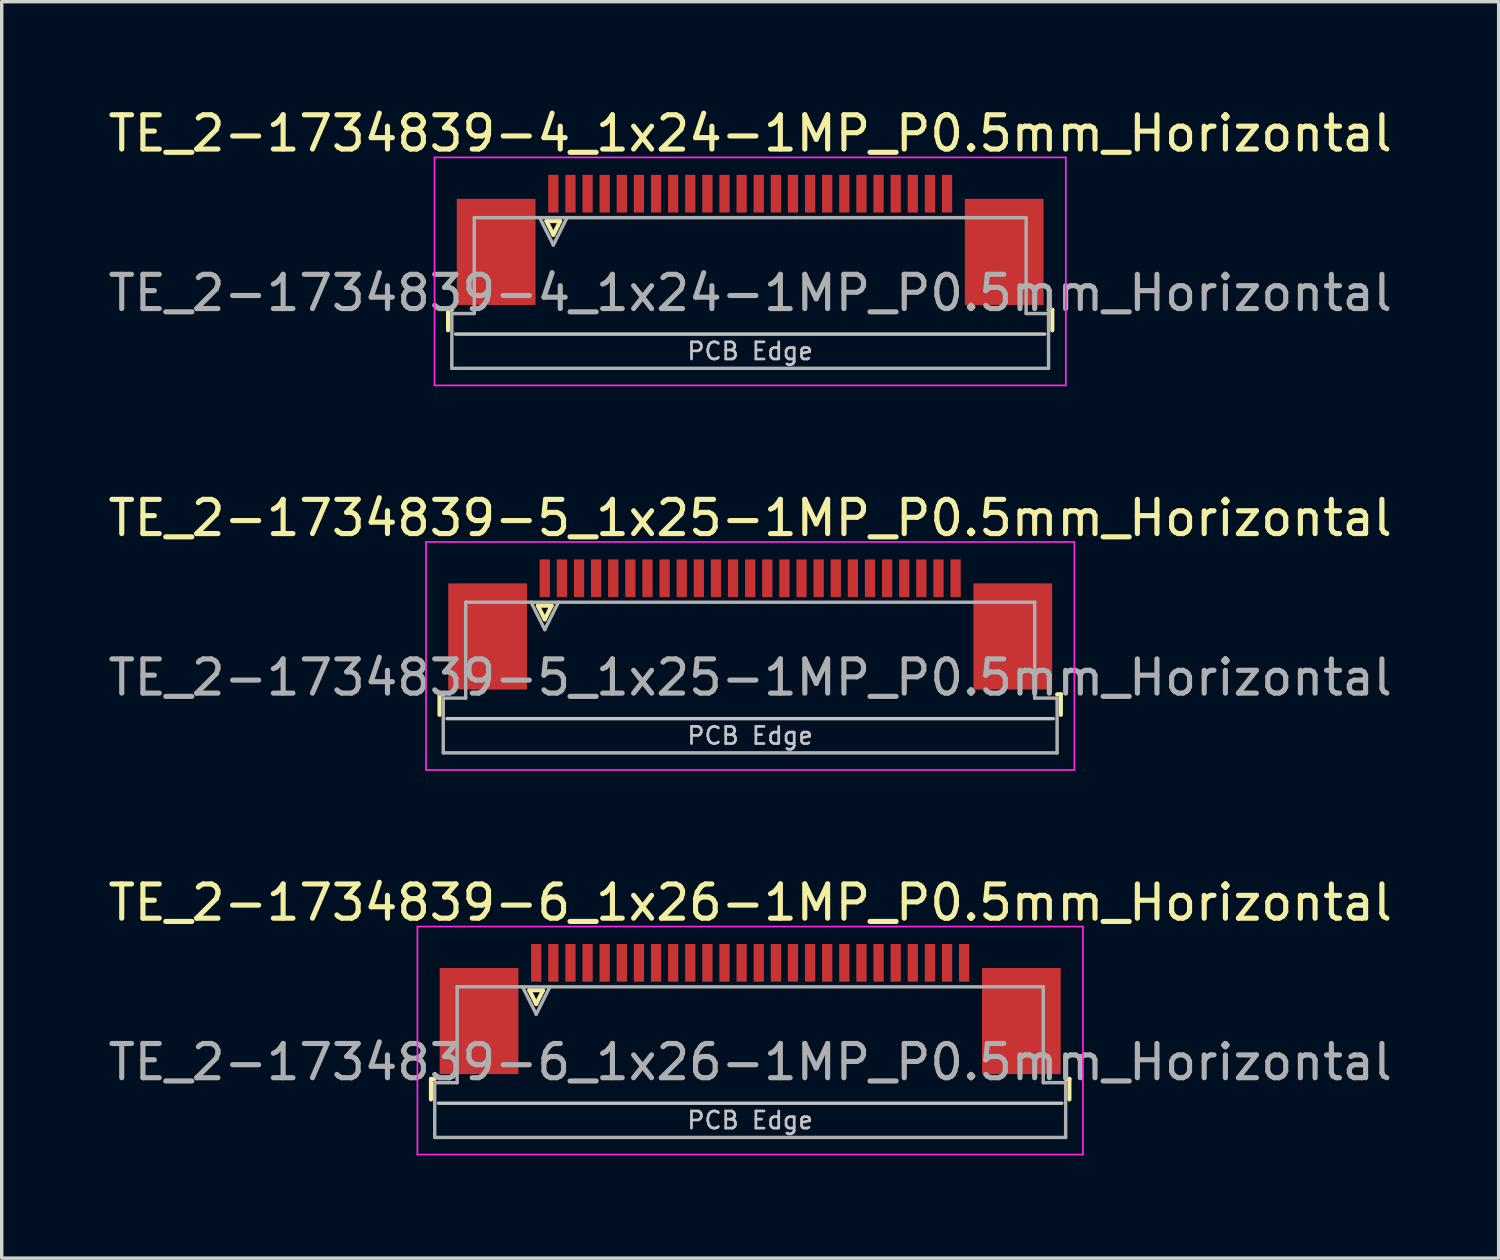
<source format=kicad_pcb>
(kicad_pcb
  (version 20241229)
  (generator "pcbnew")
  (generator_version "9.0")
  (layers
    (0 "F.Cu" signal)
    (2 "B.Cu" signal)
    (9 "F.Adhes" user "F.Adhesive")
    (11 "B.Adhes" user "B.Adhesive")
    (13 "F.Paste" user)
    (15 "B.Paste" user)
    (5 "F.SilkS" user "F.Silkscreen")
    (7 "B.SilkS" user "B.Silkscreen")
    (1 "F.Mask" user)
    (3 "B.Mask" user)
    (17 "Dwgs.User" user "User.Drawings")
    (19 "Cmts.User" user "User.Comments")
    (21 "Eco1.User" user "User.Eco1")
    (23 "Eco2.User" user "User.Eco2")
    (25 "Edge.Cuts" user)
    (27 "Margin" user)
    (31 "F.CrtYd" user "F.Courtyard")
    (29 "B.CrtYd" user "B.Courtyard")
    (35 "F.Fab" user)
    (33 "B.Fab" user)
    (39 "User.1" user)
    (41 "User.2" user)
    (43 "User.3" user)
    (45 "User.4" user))
  (footprint "TE_2-1734839-6_1x26-1MP_P0.5mm_Horizontal"
    (layer "F.Cu")
    (at 18.863 26.425)
    (property "Reference" "TE_2-1734839-6_1x26-1MP_P0.5mm_Horizontal" (at 0 -3.11 0) (layer "F.SilkS") (effects (font (size 1 1) (thickness 0.15))))
    (attr smd)
    (fp_line (start -9.325 2.04) (end -9.325 2.64) (stroke (width 0.12) (type solid)) (layer "F.SilkS"))
    (fp_line (start -9.215 2.04) (end -9.325 2.04) (stroke (width 0.12) (type solid)) (layer "F.SilkS"))
    (fp_line (start -6.45 -0.55) (end -6.25 -0.15) (stroke (width 0.12) (type solid)) (layer "F.SilkS"))
    (fp_line (start -6.25 -0.15) (end -6.05 -0.55) (stroke (width 0.12) (type solid)) (layer "F.SilkS"))
    (fp_line (start -6.05 -0.55) (end -6.45 -0.55) (stroke (width 0.12) (type solid)) (layer "F.SilkS"))
    (fp_line (start 9.215 2.04) (end 9.325 2.04) (stroke (width 0.12) (type solid)) (layer "F.SilkS"))
    (fp_line (start 9.325 2.04) (end 9.325 2.64) (stroke (width 0.12) (type solid)) (layer "F.SilkS"))
    (fp_line (start 9.105 2.75) (end -9.105 2.75) (stroke (width 0.1) (type solid)) (layer "Dwgs.User"))
    (fp_line (start -9.72 -2.41) (end -9.72 4.25) (stroke (width 0.05) (type solid)) (layer "F.CrtYd"))
    (fp_line (start -9.72 4.25) (end 9.72 4.25) (stroke (width 0.05) (type solid)) (layer "F.CrtYd"))
    (fp_line (start 9.72 -2.41) (end -9.72 -2.41) (stroke (width 0.05) (type solid)) (layer "F.CrtYd"))
    (fp_line (start 9.72 4.25) (end 9.72 -2.41) (stroke (width 0.05) (type solid)) (layer "F.CrtYd"))
    (fp_line (start -9.215 2.15) (end -8.56 2.15) (stroke (width 0.1) (type solid)) (layer "F.Fab"))
    (fp_line (start -9.215 3.75) (end -9.215 2.15) (stroke (width 0.1) (type solid)) (layer "F.Fab"))
    (fp_line (start -8.56 -0.65) (end 8.56 -0.65) (stroke (width 0.1) (type solid)) (layer "F.Fab"))
    (fp_line (start -8.56 2.15) (end -8.56 -0.65) (stroke (width 0.1) (type solid)) (layer "F.Fab"))
    (fp_line (start -6.65 -0.65) (end -6.25 0.15) (stroke (width 0.1) (type solid)) (layer "F.Fab"))
    (fp_line (start -6.25 0.15) (end -5.85 -0.65) (stroke (width 0.1) (type solid)) (layer "F.Fab"))
    (fp_line (start 8.56 -0.65) (end 8.56 2.15) (stroke (width 0.1) (type solid)) (layer "F.Fab"))
    (fp_line (start 8.56 2.15) (end 9.215 2.15) (stroke (width 0.1) (type solid)) (layer "F.Fab"))
    (fp_line (start 9.215 2.15) (end 9.215 3.75) (stroke (width 0.1) (type solid)) (layer "F.Fab"))
    (fp_line (start 9.215 3.75) (end -9.215 3.75) (stroke (width 0.1) (type solid)) (layer "F.Fab"))
    (fp_text user "PCB Edge" (at 0 3.25 0) (layer "Dwgs.User") (effects (font (size 0.5 0.5) (thickness 0.08))))
    (fp_text user "${REFERENCE}" (at 0 1.55 0) (layer "F.Fab") (effects (font (size 1 1) (thickness 0.15))))
    (pad "1" smd rect (at -6.25 -1.35) (size 0.3 1.1) (layers "F.Cu" "F.Mask" "F.Paste"))
    (pad "2" smd rect (at -5.75 -1.35) (size 0.3 1.1) (layers "F.Cu" "F.Mask" "F.Paste"))
    (pad "3" smd rect (at -5.25 -1.35) (size 0.3 1.1) (layers "F.Cu" "F.Mask" "F.Paste"))
    (pad "4" smd rect (at -4.75 -1.35) (size 0.3 1.1) (layers "F.Cu" "F.Mask" "F.Paste"))
    (pad "5" smd rect (at -4.25 -1.35) (size 0.3 1.1) (layers "F.Cu" "F.Mask" "F.Paste"))
    (pad "6" smd rect (at -3.75 -1.35) (size 0.3 1.1) (layers "F.Cu" "F.Mask" "F.Paste"))
    (pad "7" smd rect (at -3.25 -1.35) (size 0.3 1.1) (layers "F.Cu" "F.Mask" "F.Paste"))
    (pad "8" smd rect (at -2.75 -1.35) (size 0.3 1.1) (layers "F.Cu" "F.Mask" "F.Paste"))
    (pad "9" smd rect (at -2.25 -1.35) (size 0.3 1.1) (layers "F.Cu" "F.Mask" "F.Paste"))
    (pad "10" smd rect (at -1.75 -1.35) (size 0.3 1.1) (layers "F.Cu" "F.Mask" "F.Paste"))
    (pad "11" smd rect (at -1.25 -1.35) (size 0.3 1.1) (layers "F.Cu" "F.Mask" "F.Paste"))
    (pad "12" smd rect (at -0.75 -1.35) (size 0.3 1.1) (layers "F.Cu" "F.Mask" "F.Paste"))
    (pad "13" smd rect (at -0.25 -1.35) (size 0.3 1.1) (layers "F.Cu" "F.Mask" "F.Paste"))
    (pad "14" smd rect (at 0.25 -1.35) (size 0.3 1.1) (layers "F.Cu" "F.Mask" "F.Paste"))
    (pad "15" smd rect (at 0.75 -1.35) (size 0.3 1.1) (layers "F.Cu" "F.Mask" "F.Paste"))
    (pad "16" smd rect (at 1.25 -1.35) (size 0.3 1.1) (layers "F.Cu" "F.Mask" "F.Paste"))
    (pad "17" smd rect (at 1.75 -1.35) (size 0.3 1.1) (layers "F.Cu" "F.Mask" "F.Paste"))
    (pad "18" smd rect (at 2.25 -1.35) (size 0.3 1.1) (layers "F.Cu" "F.Mask" "F.Paste"))
    (pad "19" smd rect (at 2.75 -1.35) (size 0.3 1.1) (layers "F.Cu" "F.Mask" "F.Paste"))
    (pad "20" smd rect (at 3.25 -1.35) (size 0.3 1.1) (layers "F.Cu" "F.Mask" "F.Paste"))
    (pad "21" smd rect (at 3.75 -1.35) (size 0.3 1.1) (layers "F.Cu" "F.Mask" "F.Paste"))
    (pad "22" smd rect (at 4.25 -1.35) (size 0.3 1.1) (layers "F.Cu" "F.Mask" "F.Paste"))
    (pad "23" smd rect (at 4.75 -1.35) (size 0.3 1.1) (layers "F.Cu" "F.Mask" "F.Paste"))
    (pad "24" smd rect (at 5.25 -1.35) (size 0.3 1.1) (layers "F.Cu" "F.Mask" "F.Paste"))
    (pad "25" smd rect (at 5.75 -1.35) (size 0.3 1.1) (layers "F.Cu" "F.Mask" "F.Paste"))
    (pad "26" smd rect (at 6.25 -1.35) (size 0.3 1.1) (layers "F.Cu" "F.Mask" "F.Paste"))
    (pad "MP" smd rect (at -7.92 0.35) (size 2.3 3.1) (layers "F.Cu" "F.Mask" "F.Paste"))
    (pad "MP" smd rect (at 7.92 0.35) (size 2.3 3.1) (layers "F.Cu" "F.Mask" "F.Paste")))
  (footprint "TE_2-1734839-4_1x24-1MP_P0.5mm_Horizontal"
    (layer "F.Cu")
    (at 18.863 3.958)
    (property "Reference" "TE_2-1734839-4_1x24-1MP_P0.5mm_Horizontal" (at 0 -3.11 0) (layer "F.SilkS") (effects (font (size 1 1) (thickness 0.15))))
    (attr smd)
    (fp_line (start -8.825 2.04) (end -8.825 2.64) (stroke (width 0.12) (type solid)) (layer "F.SilkS"))
    (fp_line (start -8.715 2.04) (end -8.825 2.04) (stroke (width 0.12) (type solid)) (layer "F.SilkS"))
    (fp_line (start -5.95 -0.55) (end -5.75 -0.15) (stroke (width 0.12) (type solid)) (layer "F.SilkS"))
    (fp_line (start -5.75 -0.15) (end -5.55 -0.55) (stroke (width 0.12) (type solid)) (layer "F.SilkS"))
    (fp_line (start -5.55 -0.55) (end -5.95 -0.55) (stroke (width 0.12) (type solid)) (layer "F.SilkS"))
    (fp_line (start 8.715 2.04) (end 8.825 2.04) (stroke (width 0.12) (type solid)) (layer "F.SilkS"))
    (fp_line (start 8.825 2.04) (end 8.825 2.64) (stroke (width 0.12) (type solid)) (layer "F.SilkS"))
    (fp_line (start 8.605 2.75) (end -8.605 2.75) (stroke (width 0.1) (type solid)) (layer "Dwgs.User"))
    (fp_line (start -9.22 -2.41) (end -9.22 4.25) (stroke (width 0.05) (type solid)) (layer "F.CrtYd"))
    (fp_line (start -9.22 4.25) (end 9.22 4.25) (stroke (width 0.05) (type solid)) (layer "F.CrtYd"))
    (fp_line (start 9.22 -2.41) (end -9.22 -2.41) (stroke (width 0.05) (type solid)) (layer "F.CrtYd"))
    (fp_line (start 9.22 4.25) (end 9.22 -2.41) (stroke (width 0.05) (type solid)) (layer "F.CrtYd"))
    (fp_line (start -8.715 2.15) (end -8.06 2.15) (stroke (width 0.1) (type solid)) (layer "F.Fab"))
    (fp_line (start -8.715 3.75) (end -8.715 2.15) (stroke (width 0.1) (type solid)) (layer "F.Fab"))
    (fp_line (start -8.06 -0.65) (end 8.06 -0.65) (stroke (width 0.1) (type solid)) (layer "F.Fab"))
    (fp_line (start -8.06 2.15) (end -8.06 -0.65) (stroke (width 0.1) (type solid)) (layer "F.Fab"))
    (fp_line (start -6.15 -0.65) (end -5.75 0.15) (stroke (width 0.1) (type solid)) (layer "F.Fab"))
    (fp_line (start -5.75 0.15) (end -5.35 -0.65) (stroke (width 0.1) (type solid)) (layer "F.Fab"))
    (fp_line (start 8.06 -0.65) (end 8.06 2.15) (stroke (width 0.1) (type solid)) (layer "F.Fab"))
    (fp_line (start 8.06 2.15) (end 8.715 2.15) (stroke (width 0.1) (type solid)) (layer "F.Fab"))
    (fp_line (start 8.715 2.15) (end 8.715 3.75) (stroke (width 0.1) (type solid)) (layer "F.Fab"))
    (fp_line (start 8.715 3.75) (end -8.715 3.75) (stroke (width 0.1) (type solid)) (layer "F.Fab"))
    (fp_text user "PCB Edge" (at 0 3.25 0) (layer "Dwgs.User") (effects (font (size 0.5 0.5) (thickness 0.08))))
    (fp_text user "${REFERENCE}" (at 0 1.55 0) (layer "F.Fab") (effects (font (size 1 1) (thickness 0.15))))
    (pad "1" smd rect (at -5.75 -1.35) (size 0.3 1.1) (layers "F.Cu" "F.Mask" "F.Paste"))
    (pad "2" smd rect (at -5.25 -1.35) (size 0.3 1.1) (layers "F.Cu" "F.Mask" "F.Paste"))
    (pad "3" smd rect (at -4.75 -1.35) (size 0.3 1.1) (layers "F.Cu" "F.Mask" "F.Paste"))
    (pad "4" smd rect (at -4.25 -1.35) (size 0.3 1.1) (layers "F.Cu" "F.Mask" "F.Paste"))
    (pad "5" smd rect (at -3.75 -1.35) (size 0.3 1.1) (layers "F.Cu" "F.Mask" "F.Paste"))
    (pad "6" smd rect (at -3.25 -1.35) (size 0.3 1.1) (layers "F.Cu" "F.Mask" "F.Paste"))
    (pad "7" smd rect (at -2.75 -1.35) (size 0.3 1.1) (layers "F.Cu" "F.Mask" "F.Paste"))
    (pad "8" smd rect (at -2.25 -1.35) (size 0.3 1.1) (layers "F.Cu" "F.Mask" "F.Paste"))
    (pad "9" smd rect (at -1.75 -1.35) (size 0.3 1.1) (layers "F.Cu" "F.Mask" "F.Paste"))
    (pad "10" smd rect (at -1.25 -1.35) (size 0.3 1.1) (layers "F.Cu" "F.Mask" "F.Paste"))
    (pad "11" smd rect (at -0.75 -1.35) (size 0.3 1.1) (layers "F.Cu" "F.Mask" "F.Paste"))
    (pad "12" smd rect (at -0.25 -1.35) (size 0.3 1.1) (layers "F.Cu" "F.Mask" "F.Paste"))
    (pad "13" smd rect (at 0.25 -1.35) (size 0.3 1.1) (layers "F.Cu" "F.Mask" "F.Paste"))
    (pad "14" smd rect (at 0.75 -1.35) (size 0.3 1.1) (layers "F.Cu" "F.Mask" "F.Paste"))
    (pad "15" smd rect (at 1.25 -1.35) (size 0.3 1.1) (layers "F.Cu" "F.Mask" "F.Paste"))
    (pad "16" smd rect (at 1.75 -1.35) (size 0.3 1.1) (layers "F.Cu" "F.Mask" "F.Paste"))
    (pad "17" smd rect (at 2.25 -1.35) (size 0.3 1.1) (layers "F.Cu" "F.Mask" "F.Paste"))
    (pad "18" smd rect (at 2.75 -1.35) (size 0.3 1.1) (layers "F.Cu" "F.Mask" "F.Paste"))
    (pad "19" smd rect (at 3.25 -1.35) (size 0.3 1.1) (layers "F.Cu" "F.Mask" "F.Paste"))
    (pad "20" smd rect (at 3.75 -1.35) (size 0.3 1.1) (layers "F.Cu" "F.Mask" "F.Paste"))
    (pad "21" smd rect (at 4.25 -1.35) (size 0.3 1.1) (layers "F.Cu" "F.Mask" "F.Paste"))
    (pad "22" smd rect (at 4.75 -1.35) (size 0.3 1.1) (layers "F.Cu" "F.Mask" "F.Paste"))
    (pad "23" smd rect (at 5.25 -1.35) (size 0.3 1.1) (layers "F.Cu" "F.Mask" "F.Paste"))
    (pad "24" smd rect (at 5.75 -1.35) (size 0.3 1.1) (layers "F.Cu" "F.Mask" "F.Paste"))
    (pad "MP" smd rect (at -7.42 0.35) (size 2.3 3.1) (layers "F.Cu" "F.Mask" "F.Paste"))
    (pad "MP" smd rect (at 7.42 0.35) (size 2.3 3.1) (layers "F.Cu" "F.Mask" "F.Paste")))
  (footprint "TE_2-1734839-5_1x25-1MP_P0.5mm_Horizontal"
    (layer "F.Cu")
    (at 18.863 15.191)
    (property "Reference" "TE_2-1734839-5_1x25-1MP_P0.5mm_Horizontal" (at 0 -3.11 0) (layer "F.SilkS") (effects (font (size 1 1) (thickness 0.15))))
    (attr smd)
    (fp_line (start -9.075 2.04) (end -9.075 2.64) (stroke (width 0.12) (type solid)) (layer "F.SilkS"))
    (fp_line (start -8.965 2.04) (end -9.075 2.04) (stroke (width 0.12) (type solid)) (layer "F.SilkS"))
    (fp_line (start -6.2 -0.55) (end -6 -0.15) (stroke (width 0.12) (type solid)) (layer "F.SilkS"))
    (fp_line (start -6 -0.15) (end -5.8 -0.55) (stroke (width 0.12) (type solid)) (layer "F.SilkS"))
    (fp_line (start -5.8 -0.55) (end -6.2 -0.55) (stroke (width 0.12) (type solid)) (layer "F.SilkS"))
    (fp_line (start 8.965 2.04) (end 9.075 2.04) (stroke (width 0.12) (type solid)) (layer "F.SilkS"))
    (fp_line (start 9.075 2.04) (end 9.075 2.64) (stroke (width 0.12) (type solid)) (layer "F.SilkS"))
    (fp_line (start 8.855 2.75) (end -8.855 2.75) (stroke (width 0.1) (type solid)) (layer "Dwgs.User"))
    (fp_line (start -9.47 -2.41) (end -9.47 4.25) (stroke (width 0.05) (type solid)) (layer "F.CrtYd"))
    (fp_line (start -9.47 4.25) (end 9.47 4.25) (stroke (width 0.05) (type solid)) (layer "F.CrtYd"))
    (fp_line (start 9.47 -2.41) (end -9.47 -2.41) (stroke (width 0.05) (type solid)) (layer "F.CrtYd"))
    (fp_line (start 9.47 4.25) (end 9.47 -2.41) (stroke (width 0.05) (type solid)) (layer "F.CrtYd"))
    (fp_line (start -8.965 2.15) (end -8.31 2.15) (stroke (width 0.1) (type solid)) (layer "F.Fab"))
    (fp_line (start -8.965 3.75) (end -8.965 2.15) (stroke (width 0.1) (type solid)) (layer "F.Fab"))
    (fp_line (start -8.31 -0.65) (end 8.31 -0.65) (stroke (width 0.1) (type solid)) (layer "F.Fab"))
    (fp_line (start -8.31 2.15) (end -8.31 -0.65) (stroke (width 0.1) (type solid)) (layer "F.Fab"))
    (fp_line (start -6.4 -0.65) (end -6 0.15) (stroke (width 0.1) (type solid)) (layer "F.Fab"))
    (fp_line (start -6 0.15) (end -5.6 -0.65) (stroke (width 0.1) (type solid)) (layer "F.Fab"))
    (fp_line (start 8.31 -0.65) (end 8.31 2.15) (stroke (width 0.1) (type solid)) (layer "F.Fab"))
    (fp_line (start 8.31 2.15) (end 8.965 2.15) (stroke (width 0.1) (type solid)) (layer "F.Fab"))
    (fp_line (start 8.965 2.15) (end 8.965 3.75) (stroke (width 0.1) (type solid)) (layer "F.Fab"))
    (fp_line (start 8.965 3.75) (end -8.965 3.75) (stroke (width 0.1) (type solid)) (layer "F.Fab"))
    (fp_text user "PCB Edge" (at 0 3.25 0) (layer "Dwgs.User") (effects (font (size 0.5 0.5) (thickness 0.08))))
    (fp_text user "${REFERENCE}" (at 0 1.55 0) (layer "F.Fab") (effects (font (size 1 1) (thickness 0.15))))
    (pad "1" smd rect (at -6 -1.35) (size 0.3 1.1) (layers "F.Cu" "F.Mask" "F.Paste"))
    (pad "2" smd rect (at -5.5 -1.35) (size 0.3 1.1) (layers "F.Cu" "F.Mask" "F.Paste"))
    (pad "3" smd rect (at -5 -1.35) (size 0.3 1.1) (layers "F.Cu" "F.Mask" "F.Paste"))
    (pad "4" smd rect (at -4.5 -1.35) (size 0.3 1.1) (layers "F.Cu" "F.Mask" "F.Paste"))
    (pad "5" smd rect (at -4 -1.35) (size 0.3 1.1) (layers "F.Cu" "F.Mask" "F.Paste"))
    (pad "6" smd rect (at -3.5 -1.35) (size 0.3 1.1) (layers "F.Cu" "F.Mask" "F.Paste"))
    (pad "7" smd rect (at -3 -1.35) (size 0.3 1.1) (layers "F.Cu" "F.Mask" "F.Paste"))
    (pad "8" smd rect (at -2.5 -1.35) (size 0.3 1.1) (layers "F.Cu" "F.Mask" "F.Paste"))
    (pad "9" smd rect (at -2 -1.35) (size 0.3 1.1) (layers "F.Cu" "F.Mask" "F.Paste"))
    (pad "10" smd rect (at -1.5 -1.35) (size 0.3 1.1) (layers "F.Cu" "F.Mask" "F.Paste"))
    (pad "11" smd rect (at -1 -1.35) (size 0.3 1.1) (layers "F.Cu" "F.Mask" "F.Paste"))
    (pad "12" smd rect (at -0.5 -1.35) (size 0.3 1.1) (layers "F.Cu" "F.Mask" "F.Paste"))
    (pad "13" smd rect (at 0 -1.35) (size 0.3 1.1) (layers "F.Cu" "F.Mask" "F.Paste"))
    (pad "14" smd rect (at 0.5 -1.35) (size 0.3 1.1) (layers "F.Cu" "F.Mask" "F.Paste"))
    (pad "15" smd rect (at 1 -1.35) (size 0.3 1.1) (layers "F.Cu" "F.Mask" "F.Paste"))
    (pad "16" smd rect (at 1.5 -1.35) (size 0.3 1.1) (layers "F.Cu" "F.Mask" "F.Paste"))
    (pad "17" smd rect (at 2 -1.35) (size 0.3 1.1) (layers "F.Cu" "F.Mask" "F.Paste"))
    (pad "18" smd rect (at 2.5 -1.35) (size 0.3 1.1) (layers "F.Cu" "F.Mask" "F.Paste"))
    (pad "19" smd rect (at 3 -1.35) (size 0.3 1.1) (layers "F.Cu" "F.Mask" "F.Paste"))
    (pad "20" smd rect (at 3.5 -1.35) (size 0.3 1.1) (layers "F.Cu" "F.Mask" "F.Paste"))
    (pad "21" smd rect (at 4 -1.35) (size 0.3 1.1) (layers "F.Cu" "F.Mask" "F.Paste"))
    (pad "22" smd rect (at 4.5 -1.35) (size 0.3 1.1) (layers "F.Cu" "F.Mask" "F.Paste"))
    (pad "23" smd rect (at 5 -1.35) (size 0.3 1.1) (layers "F.Cu" "F.Mask" "F.Paste"))
    (pad "24" smd rect (at 5.5 -1.35) (size 0.3 1.1) (layers "F.Cu" "F.Mask" "F.Paste"))
    (pad "25" smd rect (at 6 -1.35) (size 0.3 1.1) (layers "F.Cu" "F.Mask" "F.Paste"))
    (pad "MP" smd rect (at -7.67 0.35) (size 2.3 3.1) (layers "F.Cu" "F.Mask" "F.Paste"))
    (pad "MP" smd rect (at 7.67 0.35) (size 2.3 3.1) (layers "F.Cu" "F.Mask" "F.Paste")))
  (gr_rect
    (start -3 -3)
    (end 40.726 33.7)
    (stroke (width 0.1) (type default))
    (fill no)
    (layer "Edge.Cuts")))
</source>
